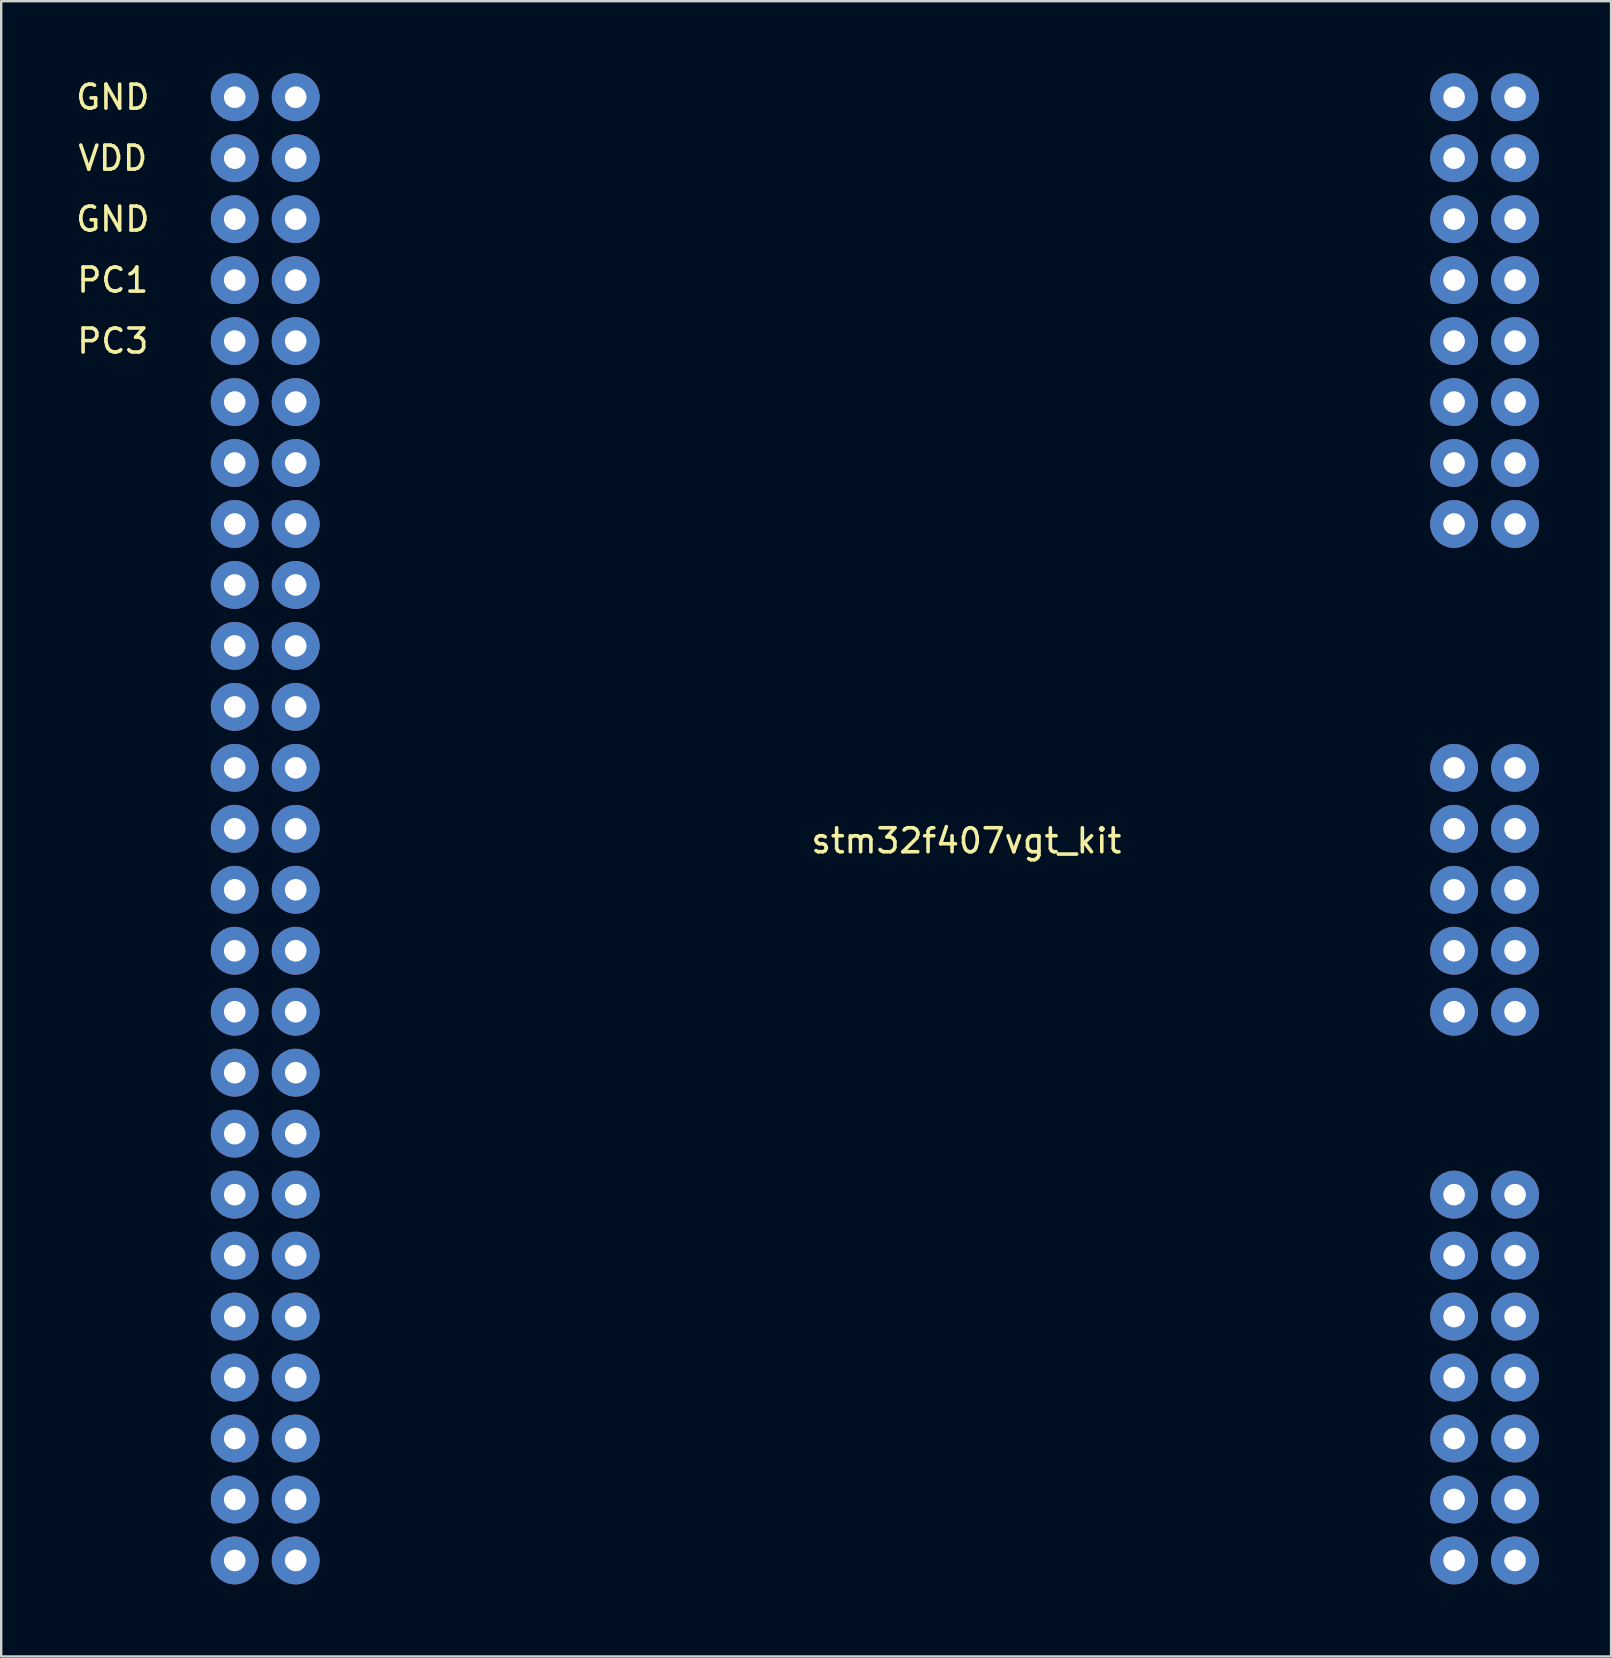
<source format=kicad_pcb>
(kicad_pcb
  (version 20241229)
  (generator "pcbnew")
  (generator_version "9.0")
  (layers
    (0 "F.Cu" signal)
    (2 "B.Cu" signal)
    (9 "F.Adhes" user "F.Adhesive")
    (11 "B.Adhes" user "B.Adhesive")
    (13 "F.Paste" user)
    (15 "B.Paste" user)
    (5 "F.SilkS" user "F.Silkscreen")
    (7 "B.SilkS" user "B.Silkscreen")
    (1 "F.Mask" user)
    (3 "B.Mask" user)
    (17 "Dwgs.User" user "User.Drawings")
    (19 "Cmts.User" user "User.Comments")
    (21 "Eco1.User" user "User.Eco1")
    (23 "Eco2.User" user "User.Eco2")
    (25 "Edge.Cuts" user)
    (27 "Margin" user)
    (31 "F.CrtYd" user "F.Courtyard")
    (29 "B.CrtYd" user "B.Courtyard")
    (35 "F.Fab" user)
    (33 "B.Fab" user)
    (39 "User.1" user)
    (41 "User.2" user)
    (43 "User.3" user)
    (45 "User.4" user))
  (footprint "stm32f407vgt_kit"
    (layer "F.Cu")
    (at 34.669 31.48)
    (property "Reference" "stm32f407vgt_kit" (at 2.54 0.5 0) (layer "F.SilkS") (effects (font (size 1 1) (thickness 0.15))))
    (attr through_hole)
    (fp_text user "PC1" (at -33.02 -22.86 0) (layer "F.SilkS") (effects (font (size 1 1) (thickness 0.15))))
    (fp_text user "GND" (at -33.02 -30.48 0) (layer "F.SilkS") (effects (font (size 1 1) (thickness 0.15))))
    (fp_text user "VDD" (at -33.02 -27.94 0) (layer "F.SilkS") (effects (font (size 1 1) (thickness 0.15))))
    (fp_text user "PC3" (at -33.02 -20.32 0) (layer "F.SilkS") (effects (font (size 1 1) (thickness 0.15))))
    (fp_text user "GND" (at -33.02 -25.4 0) (layer "F.SilkS") (effects (font (size 1 1) (thickness 0.15))))
    (pad "13" thru_hole custom (at -27.94 -30.48) (size 2 2) (drill 0.9) (layers "*.Cu" "*.Mask") (options (anchor circle)) (primitives))
    (pad "13" thru_hole custom (at -27.94 -27.94) (size 2 2) (drill 0.9) (layers "*.Cu" "*.Mask") (options (anchor circle)) (primitives))
    (pad "13" thru_hole custom (at -27.94 -25.4) (size 2 2) (drill 0.9) (layers "*.Cu" "*.Mask") (options (anchor circle)) (primitives))
    (pad "13" thru_hole custom (at -27.94 -22.86) (size 2 2) (drill 0.9) (layers "*.Cu" "*.Mask") (options (anchor circle)) (primitives))
    (pad "13" thru_hole custom (at -27.94 -20.32) (size 2 2) (drill 0.9) (layers "*.Cu" "*.Mask") (options (anchor circle)) (primitives))
    (pad "13" thru_hole custom (at -27.94 -17.78) (size 2 2) (drill 0.9) (layers "*.Cu" "*.Mask") (options (anchor circle)) (primitives))
    (pad "13" thru_hole custom (at -27.94 -15.24) (size 2 2) (drill 0.9) (layers "*.Cu" "*.Mask") (options (anchor circle)) (primitives))
    (pad "13" thru_hole custom (at -27.94 -12.7) (size 2 2) (drill 0.9) (layers "*.Cu" "*.Mask") (options (anchor circle)) (primitives))
    (pad "13" thru_hole custom (at -27.94 -10.16) (size 2 2) (drill 0.9) (layers "*.Cu" "*.Mask") (options (anchor circle)) (primitives))
    (pad "13" thru_hole custom (at -27.94 -7.62) (size 2 2) (drill 0.9) (layers "*.Cu" "*.Mask") (options (anchor circle)) (primitives))
    (pad "13" thru_hole custom (at -27.94 -5.08) (size 2 2) (drill 0.9) (layers "*.Cu" "*.Mask") (options (anchor circle)) (primitives))
    (pad "13" thru_hole custom (at -27.94 -2.54) (size 2 2) (drill 0.9) (layers "*.Cu" "*.Mask") (options (anchor circle)) (primitives))
    (pad "13" thru_hole custom (at -27.94 0) (size 2 2) (drill 0.9) (layers "*.Cu" "*.Mask") (options (anchor circle)) (primitives))
    (pad "13" thru_hole custom (at -27.94 2.54) (size 2 2) (drill 0.9) (layers "*.Cu" "*.Mask") (options (anchor circle)) (primitives))
    (pad "13" thru_hole custom (at -27.94 5.08) (size 2 2) (drill 0.9) (layers "*.Cu" "*.Mask") (options (anchor circle)) (primitives))
    (pad "13" thru_hole custom (at -27.94 7.62) (size 2 2) (drill 0.9) (layers "*.Cu" "*.Mask") (options (anchor circle)) (primitives))
    (pad "13" thru_hole custom (at -27.94 10.16) (size 2 2) (drill 0.9) (layers "*.Cu" "*.Mask") (options (anchor circle)) (primitives))
    (pad "13" thru_hole custom (at -27.94 12.7) (size 2 2) (drill 0.9) (layers "*.Cu" "*.Mask") (options (anchor circle)) (primitives))
    (pad "13" thru_hole custom (at -27.94 15.24) (size 2 2) (drill 0.9) (layers "*.Cu" "*.Mask") (options (anchor circle)) (primitives))
    (pad "13" thru_hole custom (at -27.94 17.78) (size 2 2) (drill 0.9) (layers "*.Cu" "*.Mask") (options (anchor circle)) (primitives))
    (pad "13" thru_hole custom (at -27.94 20.32) (size 2 2) (drill 0.9) (layers "*.Cu" "*.Mask") (options (anchor circle)) (primitives))
    (pad "13" thru_hole custom (at -27.94 22.86) (size 2 2) (drill 0.9) (layers "*.Cu" "*.Mask") (options (anchor circle)) (primitives))
    (pad "13" thru_hole custom (at -27.94 25.4) (size 2 2) (drill 0.9) (layers "*.Cu" "*.Mask") (options (anchor circle)) (primitives))
    (pad "13" thru_hole custom (at -27.94 27.94) (size 2 2) (drill 0.9) (layers "*.Cu" "*.Mask") (options (anchor circle)) (primitives))
    (pad "13" thru_hole custom (at -27.94 30.48) (size 2 2) (drill 0.9) (layers "*.Cu" "*.Mask") (options (anchor circle)) (primitives))
    (pad "13" thru_hole custom (at 22.86 -30.48) (size 2 2) (drill 0.9) (layers "*.Cu" "*.Mask") (options (anchor circle)) (primitives))
    (pad "13" thru_hole custom (at 22.86 -27.94) (size 2 2) (drill 0.9) (layers "*.Cu" "*.Mask") (options (anchor circle)) (primitives))
    (pad "13" thru_hole custom (at 22.86 -25.4) (size 2 2) (drill 0.9) (layers "*.Cu" "*.Mask") (options (anchor circle)) (primitives))
    (pad "13" thru_hole custom (at 22.86 -22.86) (size 2 2) (drill 0.9) (layers "*.Cu" "*.Mask") (options (anchor circle)) (primitives))
    (pad "13" thru_hole custom (at 22.86 -20.32) (size 2 2) (drill 0.9) (layers "*.Cu" "*.Mask") (options (anchor circle)) (primitives))
    (pad "13" thru_hole custom (at 22.86 -17.78) (size 2 2) (drill 0.9) (layers "*.Cu" "*.Mask") (options (anchor circle)) (primitives))
    (pad "13" thru_hole custom (at 22.86 -15.24) (size 2 2) (drill 0.9) (layers "*.Cu" "*.Mask") (options (anchor circle)) (primitives))
    (pad "13" thru_hole custom (at 22.86 -12.7) (size 2 2) (drill 0.9) (layers "*.Cu" "*.Mask") (options (anchor circle)) (primitives))
    (pad "13" thru_hole custom (at 22.86 -2.54) (size 2 2) (drill 0.9) (layers "*.Cu" "*.Mask") (options (anchor circle)) (primitives))
    (pad "13" thru_hole custom (at 22.86 0) (size 2 2) (drill 0.9) (layers "*.Cu" "*.Mask") (options (anchor circle)) (primitives))
    (pad "13" thru_hole custom (at 22.86 2.54) (size 2 2) (drill 0.9) (layers "*.Cu" "*.Mask") (options (anchor circle)) (primitives))
    (pad "13" thru_hole custom (at 22.86 5.08) (size 2 2) (drill 0.9) (layers "*.Cu" "*.Mask") (options (anchor circle)) (primitives))
    (pad "13" thru_hole custom (at 22.86 7.62) (size 2 2) (drill 0.9) (layers "*.Cu" "*.Mask") (options (anchor circle)) (primitives))
    (pad "13" thru_hole custom (at 22.86 15.24) (size 2 2) (drill 0.9) (layers "*.Cu" "*.Mask") (options (anchor circle)) (primitives))
    (pad "13" thru_hole custom (at 22.86 17.78) (size 2 2) (drill 0.9) (layers "*.Cu" "*.Mask") (options (anchor circle)) (primitives))
    (pad "13" thru_hole custom (at 22.86 20.32) (size 2 2) (drill 0.9) (layers "*.Cu" "*.Mask") (options (anchor circle)) (primitives))
    (pad "13" thru_hole custom (at 22.86 22.86) (size 2 2) (drill 0.9) (layers "*.Cu" "*.Mask") (options (anchor circle)) (primitives))
    (pad "13" thru_hole custom (at 22.86 25.4) (size 2 2) (drill 0.9) (layers "*.Cu" "*.Mask") (options (anchor circle)) (primitives))
    (pad "13" thru_hole custom (at 22.86 27.94) (size 2 2) (drill 0.9) (layers "*.Cu" "*.Mask") (options (anchor circle)) (primitives))
    (pad "13" thru_hole custom (at 22.86 30.48) (size 2 2) (drill 0.9) (layers "*.Cu" "*.Mask") (options (anchor circle)) (primitives))
    (pad "50" thru_hole custom (at -25.4 -30.48) (size 2 2) (drill 0.9) (layers "*.Cu" "*.Mask") (options (anchor circle)) (primitives))
    (pad "50" thru_hole custom (at -25.4 -27.94) (size 2 2) (drill 0.9) (layers "*.Cu" "*.Mask") (options (anchor circle)) (primitives))
    (pad "50" thru_hole custom (at -25.4 -25.4) (size 2 2) (drill 0.9) (layers "*.Cu" "*.Mask") (options (anchor circle)) (primitives))
    (pad "50" thru_hole custom (at -25.4 -22.86) (size 2 2) (drill 0.9) (layers "*.Cu" "*.Mask") (options (anchor circle)) (primitives))
    (pad "50" thru_hole custom (at -25.4 -20.32) (size 2 2) (drill 0.9) (layers "*.Cu" "*.Mask") (options (anchor circle)) (primitives))
    (pad "50" thru_hole custom (at -25.4 -17.78) (size 2 2) (drill 0.9) (layers "*.Cu" "*.Mask") (options (anchor circle)) (primitives))
    (pad "50" thru_hole custom (at -25.4 -15.24) (size 2 2) (drill 0.9) (layers "*.Cu" "*.Mask") (options (anchor circle)) (primitives))
    (pad "50" thru_hole custom (at -25.4 -12.7) (size 2 2) (drill 0.9) (layers "*.Cu" "*.Mask") (options (anchor circle)) (primitives))
    (pad "50" thru_hole custom (at -25.4 -10.16) (size 2 2) (drill 0.9) (layers "*.Cu" "*.Mask") (options (anchor circle)) (primitives))
    (pad "50" thru_hole custom (at -25.4 -7.62) (size 2 2) (drill 0.9) (layers "*.Cu" "*.Mask") (options (anchor circle)) (primitives))
    (pad "50" thru_hole custom (at -25.4 -5.08) (size 2 2) (drill 0.9) (layers "*.Cu" "*.Mask") (options (anchor circle)) (primitives))
    (pad "50" thru_hole custom (at -25.4 -2.54) (size 2 2) (drill 0.9) (layers "*.Cu" "*.Mask") (options (anchor circle)) (primitives))
    (pad "50" thru_hole custom (at -25.4 0) (size 2 2) (drill 0.9) (layers "*.Cu" "*.Mask") (options (anchor circle)) (primitives))
    (pad "50" thru_hole custom (at -25.4 2.54) (size 2 2) (drill 0.9) (layers "*.Cu" "*.Mask") (options (anchor circle)) (primitives))
    (pad "50" thru_hole custom (at -25.4 5.08) (size 2 2) (drill 0.9) (layers "*.Cu" "*.Mask") (options (anchor circle)) (primitives))
    (pad "50" thru_hole custom (at -25.4 7.62) (size 2 2) (drill 0.9) (layers "*.Cu" "*.Mask") (options (anchor circle)) (primitives))
    (pad "50" thru_hole custom (at -25.4 10.16) (size 2 2) (drill 0.9) (layers "*.Cu" "*.Mask") (options (anchor circle)) (primitives))
    (pad "50" thru_hole custom (at -25.4 12.7) (size 2 2) (drill 0.9) (layers "*.Cu" "*.Mask") (options (anchor circle)) (primitives))
    (pad "50" thru_hole custom (at -25.4 15.24) (size 2 2) (drill 0.9) (layers "*.Cu" "*.Mask") (options (anchor circle)) (primitives))
    (pad "50" thru_hole custom (at -25.4 17.78) (size 2 2) (drill 0.9) (layers "*.Cu" "*.Mask") (options (anchor circle)) (primitives))
    (pad "50" thru_hole custom (at -25.4 20.32) (size 2 2) (drill 0.9) (layers "*.Cu" "*.Mask") (options (anchor circle)) (primitives))
    (pad "50" thru_hole custom (at -25.4 22.86) (size 2 2) (drill 0.9) (layers "*.Cu" "*.Mask") (options (anchor circle)) (primitives))
    (pad "50" thru_hole custom (at -25.4 25.4) (size 2 2) (drill 0.9) (layers "*.Cu" "*.Mask") (options (anchor circle)) (primitives))
    (pad "50" thru_hole custom (at -25.4 27.94) (size 2 2) (drill 0.9) (layers "*.Cu" "*.Mask") (options (anchor circle)) (primitives))
    (pad "50" thru_hole custom (at -25.4 30.48) (size 2 2) (drill 0.9) (layers "*.Cu" "*.Mask") (options (anchor circle)) (primitives))
    (pad "50" thru_hole custom (at 25.4 -30.48) (size 2 2) (drill 0.9) (layers "*.Cu" "*.Mask") (options (anchor circle)) (primitives))
    (pad "50" thru_hole custom (at 25.4 -27.94) (size 2 2) (drill 0.9) (layers "*.Cu" "*.Mask") (options (anchor circle)) (primitives))
    (pad "50" thru_hole custom (at 25.4 -25.4) (size 2 2) (drill 0.9) (layers "*.Cu" "*.Mask") (options (anchor circle)) (primitives))
    (pad "50" thru_hole custom (at 25.4 -22.86) (size 2 2) (drill 0.9) (layers "*.Cu" "*.Mask") (options (anchor circle)) (primitives))
    (pad "50" thru_hole custom (at 25.4 -20.32) (size 2 2) (drill 0.9) (layers "*.Cu" "*.Mask") (options (anchor circle)) (primitives))
    (pad "50" thru_hole custom (at 25.4 -17.78) (size 2 2) (drill 0.9) (layers "*.Cu" "*.Mask") (options (anchor circle)) (primitives))
    (pad "50" thru_hole custom (at 25.4 -15.24) (size 2 2) (drill 0.9) (layers "*.Cu" "*.Mask") (options (anchor circle)) (primitives))
    (pad "50" thru_hole custom (at 25.4 -12.7) (size 2 2) (drill 0.9) (layers "*.Cu" "*.Mask") (options (anchor circle)) (primitives))
    (pad "50" thru_hole custom (at 25.4 -2.54) (size 2 2) (drill 0.9) (layers "*.Cu" "*.Mask") (options (anchor circle)) (primitives))
    (pad "50" thru_hole custom (at 25.4 0) (size 2 2) (drill 0.9) (layers "*.Cu" "*.Mask") (options (anchor circle)) (primitives))
    (pad "50" thru_hole custom (at 25.4 2.54) (size 2 2) (drill 0.9) (layers "*.Cu" "*.Mask") (options (anchor circle)) (primitives))
    (pad "50" thru_hole custom (at 25.4 5.08) (size 2 2) (drill 0.9) (layers "*.Cu" "*.Mask") (options (anchor circle)) (primitives))
    (pad "50" thru_hole custom (at 25.4 7.62) (size 2 2) (drill 0.9) (layers "*.Cu" "*.Mask") (options (anchor circle)) (primitives))
    (pad "50" thru_hole custom (at 25.4 15.24) (size 2 2) (drill 0.9) (layers "*.Cu" "*.Mask") (options (anchor circle)) (primitives))
    (pad "50" thru_hole custom (at 25.4 17.78) (size 2 2) (drill 0.9) (layers "*.Cu" "*.Mask") (options (anchor circle)) (primitives))
    (pad "50" thru_hole custom (at 25.4 20.32) (size 2 2) (drill 0.9) (layers "*.Cu" "*.Mask") (options (anchor circle)) (primitives))
    (pad "50" thru_hole custom (at 25.4 22.86) (size 2 2) (drill 0.9) (layers "*.Cu" "*.Mask") (options (anchor circle)) (primitives))
    (pad "50" thru_hole custom (at 25.4 25.4) (size 2 2) (drill 0.9) (layers "*.Cu" "*.Mask") (options (anchor circle)) (primitives))
    (pad "50" thru_hole custom (at 25.4 27.94) (size 2 2) (drill 0.9) (layers "*.Cu" "*.Mask") (options (anchor circle)) (primitives))
    (pad "50" thru_hole custom (at 25.4 30.48) (size 2 2) (drill 0.9) (layers "*.Cu" "*.Mask") (options (anchor circle)) (primitives)))
  (gr_rect
    (start -3 -3)
    (end 64.069 65.96)
    (stroke (width 0.1) (type default))
    (fill no)
    (layer "Edge.Cuts")))
</source>
